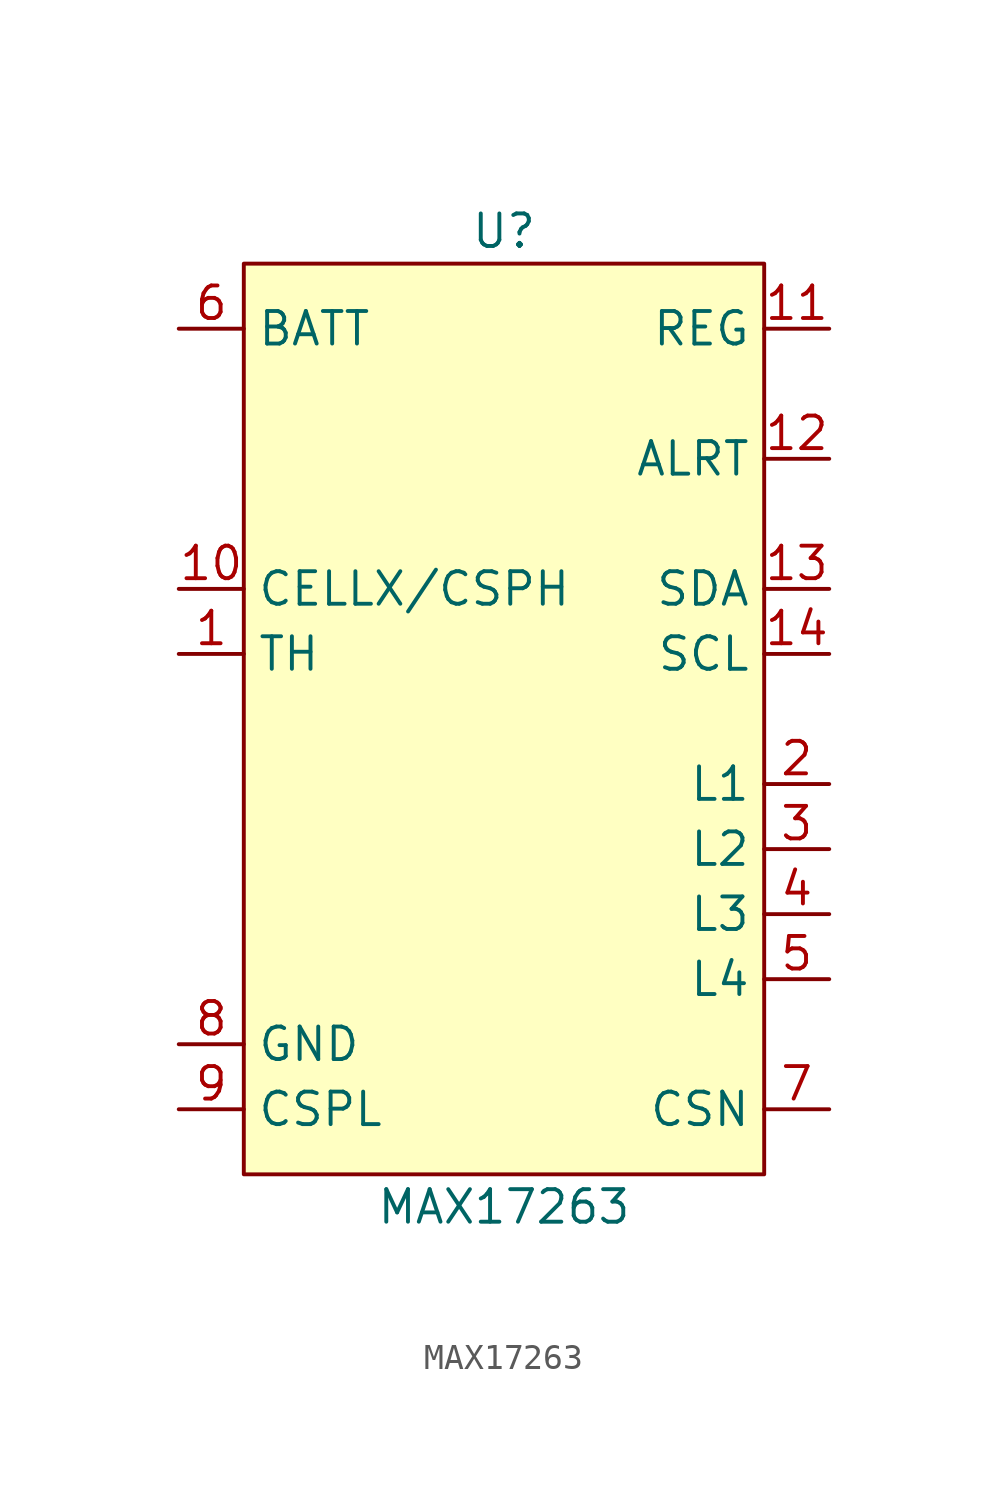
<source format=kicad_sym>
(kicad_symbol_lib
  (version 20220914)
  (generator kicad_symbol_editor)
  (symbol "MAX17263"
    (property "Reference" "U"
      (at 0 19.05 0)
      (effects (font (size 1.27 1.27))))
    (property "Value" "MAX17263"
      (at 0 -19.05 0)
      (effects (font (size 1.27 1.27))))
    (symbol "MAX17263_1_1"
      (rectangle (start -10.16 17.78) (end 10.16 -17.78) (stroke (width 0) (type solid)) (fill (type background)))
      (pin input line (at -12.7 2.54 0) (length 2.54) (name "TH" (effects (font (size 1.27 1.27)))) (number "1" (effects (font (size 1.27 1.27)))))
      (pin input line (at -12.7 5.08 0) (length 2.54) (name "CELLX/CSPH" (effects (font (size 1.27 1.27)))) (number "10" (effects (font (size 1.27 1.27)))))
      (pin power_out line (at 12.7 15.24 180) (length 2.54) (name "REG" (effects (font (size 1.27 1.27)))) (number "11" (effects (font (size 1.27 1.27)))))
      (pin open_collector line (at 12.7 10.16 180) (length 2.54) (name "ALRT" (effects (font (size 1.27 1.27)))) (number "12" (effects (font (size 1.27 1.27)))))
      (pin bidirectional line (at 12.7 5.08 180) (length 2.54) (name "SDA" (effects (font (size 1.27 1.27)))) (number "13" (effects (font (size 1.27 1.27)))))
      (pin input line (at 12.7 2.54 180) (length 2.54) (name "SCL" (effects (font (size 1.27 1.27)))) (number "14" (effects (font (size 1.27 1.27)))))
      (pin bidirectional line (at 12.7 -2.54 180) (length 2.54) (name "L1" (effects (font (size 1.27 1.27)))) (number "2" (effects (font (size 1.27 1.27)))))
      (pin output line (at 12.7 -5.08 180) (length 2.54) (name "L2" (effects (font (size 1.27 1.27)))) (number "3" (effects (font (size 1.27 1.27)))))
      (pin output line (at 12.7 -7.62 180) (length 2.54) (name "L3" (effects (font (size 1.27 1.27)))) (number "4" (effects (font (size 1.27 1.27)))))
      (pin output line (at 12.7 -10.16 180) (length 2.54) (name "L4" (effects (font (size 1.27 1.27)))) (number "5" (effects (font (size 1.27 1.27)))))
      (pin power_in line (at -12.7 15.24 0) (length 2.54) (name "BATT" (effects (font (size 1.27 1.27)))) (number "6" (effects (font (size 1.27 1.27)))))
      (pin input line (at 12.7 -15.24 180) (length 2.54) (name "CSN" (effects (font (size 1.27 1.27)))) (number "7" (effects (font (size 1.27 1.27)))))
      (pin passive line (at -12.7 -12.7 0) (length 2.54) (name "GND" (effects (font (size 1.27 1.27)))) (number "8" (effects (font (size 1.27 1.27)))))
      (pin input line (at -12.7 -15.24 0) (length 2.54) (name "CSPL" (effects (font (size 1.27 1.27)))) (number "9" (effects (font (size 1.27 1.27)))))
      (pin passive line (at -12.7 -12.7 0) (length 2.54) hide (name "EP" (effects (font (size 1.27 1.27)))) (number "BP" (effects (font (size 1.27 1.27))))))))
</source>
